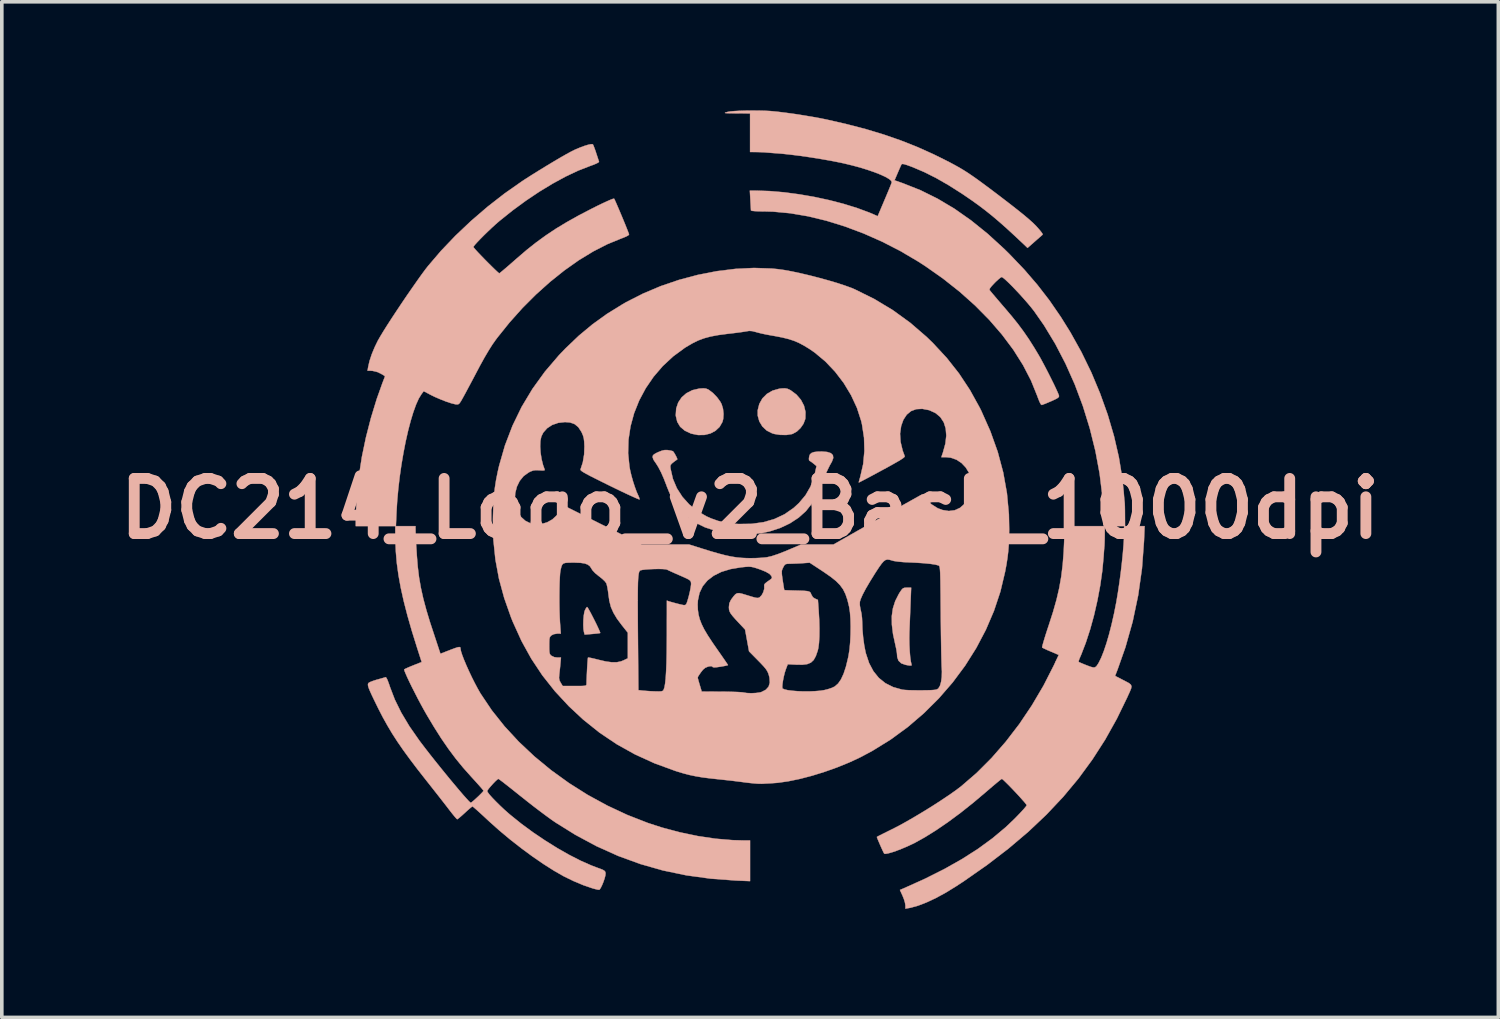
<source format=kicad_pcb>
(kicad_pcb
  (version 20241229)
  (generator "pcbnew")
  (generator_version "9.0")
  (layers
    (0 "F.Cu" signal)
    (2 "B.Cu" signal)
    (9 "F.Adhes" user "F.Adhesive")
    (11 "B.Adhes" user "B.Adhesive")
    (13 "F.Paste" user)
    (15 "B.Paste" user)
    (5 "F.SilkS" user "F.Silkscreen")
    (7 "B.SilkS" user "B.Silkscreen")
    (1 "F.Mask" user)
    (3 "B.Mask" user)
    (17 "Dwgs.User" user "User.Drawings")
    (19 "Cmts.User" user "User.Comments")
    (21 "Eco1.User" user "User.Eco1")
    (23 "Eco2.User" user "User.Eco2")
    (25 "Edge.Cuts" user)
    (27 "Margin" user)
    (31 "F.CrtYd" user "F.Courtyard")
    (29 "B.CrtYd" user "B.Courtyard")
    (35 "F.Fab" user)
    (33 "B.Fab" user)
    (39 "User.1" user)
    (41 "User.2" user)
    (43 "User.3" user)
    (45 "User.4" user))
  (footprint "DC214_Logo_v2_Back_1000dpi"
    (layer "F.Cu")
    (at 17.678 11.006)
    (property "Reference" "DC214_Logo_v2_Back_1000dpi" (at 0 0 0) (layer "B.SilkS") (effects (font (size 1.524 1.524) (thickness 0.3))))
    (attr through_hole)
    (fp_poly (pts (xy -4.485 2.739) (xy -4.451 2.797) (xy -4.405 2.881) (xy -4.352 2.983) (xy -4.296 3.093) (xy -4.242 3.202) (xy -4.196 3.3) (xy -4.161 3.378) (xy -4.142 3.426) (xy -4.141 3.437) (xy -4.17 3.444) (xy -4.237 3.452) (xy -4.329 3.461) (xy -4.362 3.464) (xy -4.571 3.481) (xy -4.59 3.41) (xy -4.604 3.325) (xy -4.609 3.209) (xy -4.606 3.081) (xy -4.596 2.959) (xy -4.579 2.858) (xy -4.565 2.813) (xy -4.534 2.753) (xy -4.509 2.72) (xy -4.503 2.718) (xy -4.485 2.739)) (stroke (width 0.01) (type solid)) (fill yes) (layer "B.SilkS"))
    (fp_poly (pts (xy 1.029 -3.314) (xy 1.099 -3.283) (xy 1.124 -3.269) (xy 1.282 -3.151) (xy 1.405 -3.008) (xy 1.49 -2.846) (xy 1.532 -2.673) (xy 1.528 -2.497) (xy 1.523 -2.47) (xy 1.476 -2.345) (xy 1.395 -2.228) (xy 1.293 -2.131) (xy 1.18 -2.068) (xy 1.156 -2.06) (xy 1.004 -2.036) (xy 0.834 -2.038) (xy 0.67 -2.064) (xy 0.61 -2.082) (xy 0.46 -2.158) (xy 0.34 -2.271) (xy 0.256 -2.411) (xy 0.212 -2.57) (xy 0.211 -2.717) (xy 0.256 -2.894) (xy 0.342 -3.047) (xy 0.466 -3.171) (xy 0.622 -3.261) (xy 0.805 -3.313) (xy 0.865 -3.321) (xy 0.96 -3.325) (xy 1.029 -3.314)) (stroke (width 0.01) (type solid)) (fill yes) (layer "B.SilkS"))
    (fp_poly (pts (xy -1.22 -3.318) (xy -1.164 -3.296) (xy -1.139 -3.282) (xy -1.022 -3.192) (xy -0.911 -3.076) (xy -0.821 -2.953) (xy -0.786 -2.886) (xy -0.748 -2.76) (xy -0.733 -2.616) (xy -0.742 -2.479) (xy -0.763 -2.397) (xy -0.841 -2.26) (xy -0.954 -2.153) (xy -1.096 -2.077) (xy -1.259 -2.037) (xy -1.436 -2.034) (xy -1.618 -2.071) (xy -1.64 -2.078) (xy -1.807 -2.157) (xy -1.931 -2.263) (xy -2.012 -2.398) (xy -2.051 -2.56) (xy -2.053 -2.586) (xy -2.041 -2.768) (xy -1.985 -2.933) (xy -1.889 -3.076) (xy -1.757 -3.191) (xy -1.595 -3.273) (xy -1.407 -3.317) (xy -1.385 -3.319) (xy -1.288 -3.325) (xy -1.22 -3.318)) (stroke (width 0.01) (type solid)) (fill yes) (layer "B.SilkS"))
    (fp_poly (pts (xy 4.435 2.61) (xy 4.428 2.791) (xy 4.42 2.991) (xy 4.412 3.188) (xy 4.405 3.363) (xy 4.403 3.404) (xy 4.4 3.58) (xy 4.403 3.762) (xy 4.412 3.938) (xy 4.425 4.096) (xy 4.443 4.225) (xy 4.46 4.299) (xy 4.465 4.325) (xy 4.453 4.337) (xy 4.414 4.337) (xy 4.339 4.325) (xy 4.293 4.316) (xy 4.177 4.274) (xy 4.101 4.201) (xy 4.066 4.099) (xy 4.064 4.06) (xy 4.058 3.985) (xy 4.041 3.882) (xy 4.017 3.772) (xy 4.015 3.763) (xy 3.951 3.467) (xy 3.919 3.204) (xy 3.917 2.969) (xy 3.948 2.755) (xy 4.012 2.554) (xy 4.109 2.362) (xy 4.139 2.313) (xy 4.188 2.241) (xy 4.226 2.203) (xy 4.269 2.187) (xy 4.334 2.184) (xy 4.337 2.184) (xy 4.452 2.184) (xy 4.435 2.61)) (stroke (width 0.01) (type solid)) (fill yes) (layer "B.SilkS"))
    (fp_poly (pts (xy -2.282 -1.618) (xy -2.268 -1.616) (xy -2.194 -1.604) (xy -2.141 -1.59) (xy -2.131 -1.586) (xy -2.108 -1.558) (xy -2.076 -1.506) (xy -2.043 -1.445) (xy -2.018 -1.391) (xy -2.01 -1.362) (xy -2.011 -1.361) (xy -2.103 -1.294) (xy -2.161 -1.247) (xy -2.192 -1.211) (xy -2.203 -1.175) (xy -2.2 -1.129) (xy -2.195 -1.095) (xy -2.132 -0.821) (xy -2.023 -0.564) (xy -1.871 -0.327) (xy -1.681 -0.116) (xy -1.456 0.067) (xy -1.2 0.216) (xy -1.067 0.274) (xy -0.881 0.34) (xy -0.703 0.384) (xy -0.513 0.412) (xy -0.312 0.425) (xy 0.046 0.42) (xy 0.375 0.374) (xy 0.676 0.286) (xy 0.95 0.157) (xy 1.199 -0.015) (xy 1.35 -0.153) (xy 1.533 -0.371) (xy 1.672 -0.612) (xy 1.769 -0.881) (xy 1.792 -0.976) (xy 1.836 -1.177) (xy 1.75 -1.248) (xy 1.693 -1.292) (xy 1.653 -1.317) (xy 1.645 -1.32) (xy 1.629 -1.342) (xy 1.627 -1.392) (xy 1.637 -1.451) (xy 1.656 -1.499) (xy 1.658 -1.501) (xy 1.701 -1.539) (xy 1.766 -1.563) (xy 1.864 -1.575) (xy 1.984 -1.578) (xy 2.131 -1.566) (xy 2.233 -1.533) (xy 2.289 -1.478) (xy 2.299 -1.4) (xy 2.263 -1.301) (xy 2.239 -1.258) (xy 2.203 -1.195) (xy 2.154 -1.096) (xy 2.095 -0.97) (xy 2.031 -0.828) (xy 1.98 -0.708) (xy 1.915 -0.559) (xy 1.848 -0.414) (xy 1.786 -0.286) (xy 1.734 -0.185) (xy 1.703 -0.133) (xy 1.543 0.069) (xy 1.341 0.25) (xy 1.103 0.406) (xy 0.835 0.533) (xy 0.542 0.629) (xy 0.337 0.673) (xy 0.229 0.687) (xy 0.09 0.698) (xy -0.068 0.705) (xy -0.23 0.708) (xy -0.381 0.707) (xy -0.508 0.702) (xy -0.584 0.694) (xy -0.932 0.621) (xy -1.244 0.517) (xy -1.519 0.383) (xy -1.756 0.22) (xy -1.953 0.03) (xy -2.107 -0.188) (xy -2.138 -0.243) (xy -2.19 -0.352) (xy -2.248 -0.485) (xy -2.301 -0.617) (xy -2.312 -0.648) (xy -2.385 -0.835) (xy -2.461 -1.007) (xy -2.537 -1.152) (xy -2.606 -1.261) (xy -2.627 -1.289) (xy -2.67 -1.355) (xy -2.692 -1.419) (xy -2.692 -1.429) (xy -2.685 -1.467) (xy -2.655 -1.499) (xy -2.594 -1.535) (xy -2.537 -1.562) (xy -2.436 -1.602) (xy -2.358 -1.619) (xy -2.282 -1.618)) (stroke (width 0.01) (type solid)) (fill yes) (layer "B.SilkS"))
    (fp_poly (pts (xy -4.349 -10.07) (xy -4.344 -10.067) (xy -4.328 -10.035) (xy -4.301 -9.966) (xy -4.268 -9.874) (xy -4.254 -9.83) (xy -4.221 -9.73) (xy -4.194 -9.648) (xy -4.177 -9.596) (xy -4.173 -9.586) (xy -4.192 -9.566) (xy -4.251 -9.535) (xy -4.345 -9.497) (xy -4.437 -9.463) (xy -4.756 -9.339) (xy -5.098 -9.177) (xy -5.456 -8.982) (xy -5.824 -8.759) (xy -6.195 -8.51) (xy -6.562 -8.241) (xy -6.919 -7.955) (xy -6.921 -7.954) (xy -7.022 -7.866) (xy -7.132 -7.766) (xy -7.245 -7.659) (xy -7.355 -7.552) (xy -7.456 -7.45) (xy -7.541 -7.361) (xy -7.605 -7.29) (xy -7.64 -7.243) (xy -7.645 -7.23) (xy -7.628 -7.205) (xy -7.582 -7.151) (xy -7.512 -7.075) (xy -7.426 -6.985) (xy -7.33 -6.886) (xy -7.231 -6.786) (xy -7.136 -6.692) (xy -7.052 -6.61) (xy -6.985 -6.547) (xy -6.941 -6.509) (xy -6.929 -6.502) (xy -6.906 -6.519) (xy -6.851 -6.564) (xy -6.768 -6.634) (xy -6.663 -6.724) (xy -6.542 -6.83) (xy -6.437 -6.922) (xy -6.171 -7.15) (xy -5.91 -7.357) (xy -5.644 -7.55) (xy -5.367 -7.735) (xy -5.069 -7.915) (xy -4.743 -8.098) (xy -4.379 -8.287) (xy -4.214 -8.37) (xy -4.077 -8.436) (xy -3.956 -8.492) (xy -3.858 -8.535) (xy -3.789 -8.561) (xy -3.758 -8.567) (xy -3.758 -8.567) (xy -3.742 -8.538) (xy -3.711 -8.47) (xy -3.669 -8.373) (xy -3.618 -8.255) (xy -3.563 -8.124) (xy -3.507 -7.99) (xy -3.454 -7.861) (xy -3.408 -7.747) (xy -3.372 -7.655) (xy -3.349 -7.594) (xy -3.344 -7.575) (xy -3.365 -7.552) (xy -3.426 -7.519) (xy -3.52 -7.48) (xy -3.556 -7.467) (xy -3.94 -7.31) (xy -4.334 -7.108) (xy -4.733 -6.865) (xy -5.132 -6.583) (xy -5.527 -6.267) (xy -5.915 -5.919) (xy -6.289 -5.545) (xy -6.646 -5.146) (xy -6.982 -4.728) (xy -7.032 -4.661) (xy -7.124 -4.53) (xy -7.223 -4.373) (xy -7.334 -4.185) (xy -7.458 -3.961) (xy -7.585 -3.721) (xy -7.676 -3.548) (xy -7.763 -3.385) (xy -7.841 -3.239) (xy -7.907 -3.117) (xy -7.958 -3.025) (xy -7.989 -2.97) (xy -7.993 -2.964) (xy -8.034 -2.905) (xy -8.07 -2.881) (xy -8.119 -2.881) (xy -8.148 -2.885) (xy -8.26 -2.913) (xy -8.402 -2.96) (xy -8.557 -3.021) (xy -8.712 -3.088) (xy -8.826 -3.144) (xy -9.019 -3.246) (xy -9.079 -3.166) (xy -9.155 -3.043) (xy -9.231 -2.874) (xy -9.306 -2.666) (xy -9.38 -2.422) (xy -9.451 -2.15) (xy -9.518 -1.854) (xy -9.579 -1.54) (xy -9.635 -1.212) (xy -9.683 -0.877) (xy -9.722 -0.54) (xy -9.752 -0.206) (xy -9.77 0.095) (xy -9.787 0.483) (xy -9.246 0.483) (xy -9.243 0.654) (xy -9.24 0.761) (xy -9.236 0.864) (xy -9.233 0.927) (xy -9.228 0.997) (xy -9.221 1.1) (xy -9.213 1.221) (xy -9.209 1.291) (xy -9.184 1.6) (xy -9.148 1.896) (xy -9.097 2.189) (xy -9.03 2.49) (xy -8.944 2.81) (xy -8.838 3.16) (xy -8.785 3.32) (xy -8.557 4.011) (xy -8.425 3.959) (xy -8.274 3.9) (xy -8.164 3.859) (xy -8.088 3.834) (xy -8.041 3.825) (xy -8.014 3.829) (xy -8.003 3.847) (xy -8.001 3.876) (xy -7.989 3.94) (xy -7.957 4.041) (xy -7.908 4.17) (xy -7.845 4.32) (xy -7.772 4.483) (xy -7.693 4.651) (xy -7.61 4.816) (xy -7.529 4.969) (xy -7.452 5.104) (xy -7.443 5.118) (xy -7.137 5.574) (xy -6.785 6.016) (xy -6.392 6.441) (xy -5.962 6.846) (xy -5.498 7.228) (xy -5.005 7.584) (xy -4.487 7.911) (xy -3.948 8.205) (xy -3.392 8.465) (xy -2.823 8.687) (xy -2.438 8.812) (xy -1.944 8.944) (xy -1.448 9.048) (xy -0.959 9.121) (xy -0.489 9.161) (xy -0.197 9.169) (xy 0 9.169) (xy 0 10.294) (xy -0.387 10.278) (xy -1.087 10.226) (xy -1.759 10.134) (xy -2.407 9.999) (xy -3.035 9.82) (xy -3.646 9.597) (xy -4.244 9.328) (xy -4.832 9.012) (xy -5.373 8.675) (xy -5.489 8.595) (xy -5.635 8.489) (xy -5.801 8.365) (xy -5.979 8.23) (xy -6.158 8.09) (xy -6.33 7.953) (xy -6.331 7.953) (xy -6.482 7.832) (xy -6.62 7.722) (xy -6.741 7.627) (xy -6.84 7.55) (xy -6.911 7.497) (xy -6.95 7.47) (xy -6.956 7.468) (xy -6.985 7.486) (xy -7.036 7.532) (xy -7.098 7.596) (xy -7.162 7.667) (xy -7.218 7.733) (xy -7.255 7.784) (xy -7.264 7.806) (xy -7.246 7.843) (xy -7.196 7.909) (xy -7.119 7.995) (xy -7.022 8.095) (xy -6.911 8.205) (xy -6.792 8.317) (xy -6.671 8.424) (xy -6.623 8.465) (xy -6.32 8.709) (xy -5.998 8.946) (xy -5.664 9.171) (xy -5.328 9.381) (xy -4.997 9.569) (xy -4.68 9.731) (xy -4.383 9.862) (xy -4.242 9.916) (xy -4.132 9.956) (xy -4.061 9.986) (xy -4.02 10.012) (xy -4.001 10.038) (xy -3.993 10.073) (xy -3.993 10.076) (xy -3.998 10.134) (xy -4.019 10.216) (xy -4.05 10.309) (xy -4.087 10.4) (xy -4.124 10.476) (xy -4.156 10.524) (xy -4.17 10.533) (xy -4.211 10.529) (xy -4.283 10.512) (xy -4.356 10.492) (xy -4.607 10.406) (xy -4.876 10.293) (xy -5.143 10.163) (xy -5.156 10.156) (xy -5.42 10.005) (xy -5.708 9.822) (xy -6.011 9.614) (xy -6.32 9.386) (xy -6.627 9.146) (xy -6.922 8.9) (xy -7.197 8.655) (xy -7.238 8.617) (xy -7.358 8.505) (xy -7.467 8.405) (xy -7.557 8.324) (xy -7.625 8.265) (xy -7.664 8.233) (xy -7.671 8.23) (xy -7.697 8.246) (xy -7.751 8.29) (xy -7.824 8.354) (xy -7.881 8.407) (xy -7.963 8.481) (xy -8.031 8.54) (xy -8.078 8.576) (xy -8.094 8.584) (xy -8.116 8.564) (xy -8.163 8.511) (xy -8.227 8.433) (xy -8.303 8.336) (xy -8.322 8.311) (xy -8.397 8.213) (xy -8.496 8.086) (xy -8.613 7.936) (xy -8.739 7.776) (xy -8.868 7.612) (xy -8.952 7.506) (xy -9.192 7.2) (xy -9.401 6.924) (xy -9.585 6.672) (xy -9.747 6.437) (xy -9.892 6.212) (xy -10.024 5.99) (xy -10.149 5.766) (xy -10.27 5.531) (xy -10.298 5.474) (xy -10.388 5.29) (xy -10.457 5.146) (xy -10.506 5.037) (xy -10.539 4.956) (xy -10.556 4.899) (xy -10.56 4.86) (xy -10.554 4.833) (xy -10.54 4.815) (xy -10.499 4.792) (xy -10.423 4.762) (xy -10.327 4.731) (xy -10.301 4.724) (xy -10.204 4.697) (xy -10.124 4.674) (xy -10.076 4.659) (xy -10.07 4.657) (xy -10.05 4.675) (xy -10.019 4.737) (xy -9.981 4.838) (xy -9.949 4.933) (xy -9.817 5.278) (xy -9.639 5.639) (xy -9.414 6.015) (xy -9.141 6.407) (xy -9.098 6.464) (xy -8.981 6.618) (xy -8.852 6.784) (xy -8.715 6.957) (xy -8.573 7.134) (xy -8.431 7.309) (xy -8.292 7.479) (xy -8.159 7.638) (xy -8.037 7.783) (xy -7.93 7.908) (xy -7.84 8.009) (xy -7.773 8.082) (xy -7.73 8.122) (xy -7.719 8.128) (xy -7.691 8.112) (xy -7.639 8.069) (xy -7.572 8.009) (xy -7.5 7.942) (xy -7.436 7.878) (xy -7.387 7.827) (xy -7.366 7.798) (xy -7.366 7.797) (xy -7.383 7.772) (xy -7.428 7.717) (xy -7.499 7.637) (xy -7.588 7.538) (xy -7.69 7.426) (xy -7.703 7.412) (xy -7.925 7.163) (xy -8.134 6.908) (xy -8.335 6.639) (xy -8.536 6.347) (xy -8.741 6.023) (xy -8.94 5.69) (xy -9.016 5.556) (xy -9.098 5.406) (xy -9.182 5.249) (xy -9.264 5.088) (xy -9.343 4.933) (xy -9.414 4.788) (xy -9.474 4.66) (xy -9.52 4.556) (xy -9.55 4.482) (xy -9.559 4.445) (xy -9.558 4.443) (xy -9.527 4.426) (xy -9.46 4.395) (xy -9.368 4.356) (xy -9.306 4.331) (xy -9.075 4.239) (xy -9.199 3.853) (xy -9.345 3.385) (xy -9.468 2.956) (xy -9.57 2.56) (xy -9.652 2.191) (xy -9.715 1.844) (xy -9.761 1.511) (xy -9.789 1.188) (xy -9.803 0.869) (xy -9.804 0.743) (xy -9.804 0.483) (xy -10.897 0.483) (xy -10.896 0.298) (xy -10.893 0.152) (xy -10.884 -0.031) (xy -10.871 -0.237) (xy -10.854 -0.453) (xy -10.835 -0.665) (xy -10.814 -0.859) (xy -10.806 -0.927) (xy -10.726 -1.438) (xy -10.615 -1.97) (xy -10.477 -2.506) (xy -10.317 -3.03) (xy -10.159 -3.473) (xy -10.088 -3.657) (xy -10.156 -3.704) (xy -10.286 -3.771) (xy -10.429 -3.807) (xy -10.484 -3.81) (xy -10.571 -3.81) (xy -10.553 -3.918) (xy -10.516 -4.08) (xy -10.454 -4.268) (xy -10.372 -4.465) (xy -10.286 -4.642) (xy -10.223 -4.752) (xy -10.136 -4.896) (xy -10.028 -5.068) (xy -9.904 -5.26) (xy -9.768 -5.466) (xy -9.626 -5.679) (xy -9.482 -5.892) (xy -9.339 -6.098) (xy -9.204 -6.291) (xy -9.081 -6.464) (xy -8.974 -6.609) (xy -8.899 -6.705) (xy -8.541 -7.124) (xy -8.142 -7.542) (xy -7.71 -7.951) (xy -7.254 -8.343) (xy -6.783 -8.71) (xy -6.306 -9.044) (xy -6.223 -9.099) (xy -6.027 -9.224) (xy -5.825 -9.35) (xy -5.622 -9.474) (xy -5.426 -9.592) (xy -5.245 -9.699) (xy -5.084 -9.791) (xy -4.95 -9.864) (xy -4.852 -9.913) (xy -4.843 -9.918) (xy -4.708 -9.975) (xy -4.583 -10.022) (xy -4.475 -10.055) (xy -4.394 -10.072) (xy -4.349 -10.07)) (stroke (width 0.01) (type solid)) (fill yes) (layer "B.SilkS"))
    (fp_poly (pts (xy 0.23 -11) (xy 0.4 -10.996) (xy 0.552 -10.988) (xy 0.587 -10.985) (xy 0.77 -10.967) (xy 0.988 -10.94) (xy 1.229 -10.907) (xy 1.479 -10.868) (xy 1.724 -10.827) (xy 1.95 -10.786) (xy 2.108 -10.754) (xy 2.679 -10.623) (xy 3.208 -10.485) (xy 3.703 -10.335) (xy 4.172 -10.172) (xy 4.624 -9.993) (xy 5.067 -9.794) (xy 5.369 -9.645) (xy 5.52 -9.568) (xy 5.654 -9.496) (xy 5.777 -9.428) (xy 5.896 -9.357) (xy 6.016 -9.281) (xy 6.144 -9.194) (xy 6.285 -9.095) (xy 6.446 -8.977) (xy 6.633 -8.838) (xy 6.852 -8.673) (xy 6.946 -8.601) (xy 7.192 -8.412) (xy 7.4 -8.249) (xy 7.573 -8.11) (xy 7.712 -7.992) (xy 7.822 -7.893) (xy 7.906 -7.809) (xy 7.908 -7.807) (xy 7.985 -7.721) (xy 8.045 -7.648) (xy 8.081 -7.596) (xy 8.087 -7.573) (xy 8.06 -7.549) (xy 8.003 -7.499) (xy 7.926 -7.432) (xy 7.866 -7.379) (xy 7.668 -7.205) (xy 7.562 -7.307) (xy 7.309 -7.544) (xy 7.084 -7.751) (xy 6.879 -7.932) (xy 6.688 -8.094) (xy 6.503 -8.242) (xy 6.317 -8.383) (xy 6.123 -8.522) (xy 5.914 -8.665) (xy 5.855 -8.705) (xy 5.488 -8.938) (xy 5.144 -9.135) (xy 4.816 -9.3) (xy 4.495 -9.437) (xy 4.458 -9.451) (xy 4.34 -9.494) (xy 4.261 -9.518) (xy 4.213 -9.526) (xy 4.189 -9.518) (xy 4.185 -9.513) (xy 4.166 -9.475) (xy 4.134 -9.403) (xy 4.094 -9.311) (xy 4.079 -9.276) (xy 3.992 -9.073) (xy 4.224 -8.992) (xy 4.708 -8.8) (xy 5.181 -8.566) (xy 5.647 -8.289) (xy 6.108 -7.965) (xy 6.567 -7.595) (xy 7.025 -7.176) (xy 7.177 -7.026) (xy 7.578 -6.606) (xy 7.939 -6.187) (xy 8.273 -5.755) (xy 8.588 -5.297) (xy 8.85 -4.877) (xy 9.155 -4.33) (xy 9.431 -3.763) (xy 9.674 -3.182) (xy 9.884 -2.595) (xy 10.057 -2.007) (xy 10.191 -1.426) (xy 10.285 -0.857) (xy 10.327 -0.457) (xy 10.335 -0.348) (xy 10.343 -0.256) (xy 10.35 -0.194) (xy 10.352 -0.178) (xy 10.355 -0.139) (xy 10.358 -0.06) (xy 10.36 0.047) (xy 10.361 0.17) (xy 10.361 0.171) (xy 10.363 0.483) (xy 10.904 0.483) (xy 10.887 0.895) (xy 10.831 1.652) (xy 10.726 2.393) (xy 10.574 3.119) (xy 10.373 3.832) (xy 10.159 4.439) (xy 10.088 4.623) (xy 10.286 4.725) (xy 10.4 4.784) (xy 10.479 4.828) (xy 10.524 4.867) (xy 10.541 4.912) (xy 10.53 4.972) (xy 10.495 5.058) (xy 10.439 5.18) (xy 10.427 5.208) (xy 10.135 5.809) (xy 9.814 6.383) (xy 9.461 6.932) (xy 9.075 7.459) (xy 8.652 7.966) (xy 8.191 8.455) (xy 7.689 8.93) (xy 7.144 9.392) (xy 6.553 9.845) (xy 5.915 10.291) (xy 5.69 10.439) (xy 5.409 10.612) (xy 5.137 10.76) (xy 4.879 10.881) (xy 4.643 10.972) (xy 4.435 11.03) (xy 4.388 11.038) (xy 4.293 11.055) (xy 4.293 10.962) (xy 4.282 10.892) (xy 4.254 10.797) (xy 4.217 10.704) (xy 4.142 10.538) (xy 4.256 10.489) (xy 4.837 10.227) (xy 5.37 9.959) (xy 5.858 9.684) (xy 6.301 9.401) (xy 6.703 9.107) (xy 7.067 8.802) (xy 7.296 8.584) (xy 7.404 8.474) (xy 7.499 8.374) (xy 7.574 8.291) (xy 7.625 8.23) (xy 7.645 8.198) (xy 7.645 8.197) (xy 7.629 8.169) (xy 7.583 8.112) (xy 7.514 8.034) (xy 7.43 7.94) (xy 7.337 7.84) (xy 7.241 7.739) (xy 7.149 7.644) (xy 7.068 7.564) (xy 7.005 7.503) (xy 6.966 7.471) (xy 6.958 7.468) (xy 6.933 7.484) (xy 6.876 7.528) (xy 6.793 7.597) (xy 6.689 7.684) (xy 6.571 7.786) (xy 6.528 7.823) (xy 6.17 8.125) (xy 5.817 8.406) (xy 5.472 8.661) (xy 5.142 8.887) (xy 4.831 9.081) (xy 4.545 9.24) (xy 4.483 9.27) (xy 4.337 9.338) (xy 4.189 9.4) (xy 4.048 9.455) (xy 3.921 9.498) (xy 3.817 9.527) (xy 3.743 9.54) (xy 3.708 9.535) (xy 3.692 9.506) (xy 3.661 9.443) (xy 3.623 9.359) (xy 3.583 9.268) (xy 3.546 9.181) (xy 3.518 9.113) (xy 3.505 9.076) (xy 3.505 9.073) (xy 3.527 9.06) (xy 3.587 9.028) (xy 3.679 8.982) (xy 3.796 8.924) (xy 3.929 8.858) (xy 3.932 8.857) (xy 4.115 8.763) (xy 4.326 8.646) (xy 4.556 8.513) (xy 4.796 8.369) (xy 5.037 8.22) (xy 5.269 8.07) (xy 5.483 7.927) (xy 5.672 7.795) (xy 5.824 7.681) (xy 5.833 7.674) (xy 6.259 7.306) (xy 6.672 6.893) (xy 7.067 6.44) (xy 7.441 5.953) (xy 7.789 5.435) (xy 8.109 4.892) (xy 8.396 4.329) (xy 8.397 4.327) (xy 8.44 4.234) (xy 9.077 4.234) (xy 9.104 4.248) (xy 9.167 4.275) (xy 9.254 4.311) (xy 9.3 4.329) (xy 9.409 4.37) (xy 9.483 4.39) (xy 9.534 4.385) (xy 9.573 4.354) (xy 9.614 4.294) (xy 9.635 4.259) (xy 9.704 4.12) (xy 9.776 3.938) (xy 9.85 3.718) (xy 9.923 3.467) (xy 9.993 3.192) (xy 10.059 2.9) (xy 10.119 2.597) (xy 10.121 2.587) (xy 10.164 2.331) (xy 10.205 2.058) (xy 10.243 1.779) (xy 10.275 1.502) (xy 10.302 1.237) (xy 10.322 0.995) (xy 10.335 0.785) (xy 10.338 0.644) (xy 10.338 0.483) (xy 9.804 0.483) (xy 9.802 0.73) (xy 9.8 0.845) (xy 9.797 0.946) (xy 9.794 1.019) (xy 9.792 1.041) (xy 9.787 1.095) (xy 9.78 1.184) (xy 9.773 1.291) (xy 9.77 1.333) (xy 9.734 1.721) (xy 9.676 2.126) (xy 9.599 2.538) (xy 9.506 2.946) (xy 9.398 3.338) (xy 9.279 3.704) (xy 9.152 4.033) (xy 9.133 4.076) (xy 9.1 4.154) (xy 9.081 4.211) (xy 9.077 4.234) (xy 8.44 4.234) (xy 8.53 4.043) (xy 8.31 3.949) (xy 8.212 3.907) (xy 8.133 3.87) (xy 8.082 3.845) (xy 8.072 3.838) (xy 8.074 3.811) (xy 8.092 3.742) (xy 8.122 3.638) (xy 8.162 3.506) (xy 8.211 3.354) (xy 8.254 3.225) (xy 8.373 2.855) (xy 8.469 2.516) (xy 8.544 2.194) (xy 8.6 1.876) (xy 8.64 1.548) (xy 8.667 1.199) (xy 8.679 0.933) (xy 8.695 0.483) (xy 9.782 0.483) (xy 9.777 0.273) (xy 9.773 0.171) (xy 9.765 0.035) (xy 9.754 -0.122) (xy 9.741 -0.283) (xy 9.736 -0.343) (xy 9.66 -0.969) (xy 9.543 -1.596) (xy 9.388 -2.22) (xy 9.198 -2.834) (xy 8.974 -3.432) (xy 8.718 -4.007) (xy 8.434 -4.554) (xy 8.123 -5.067) (xy 7.852 -5.455) (xy 7.769 -5.561) (xy 7.67 -5.68) (xy 7.559 -5.806) (xy 7.444 -5.934) (xy 7.328 -6.057) (xy 7.219 -6.17) (xy 7.121 -6.266) (xy 7.04 -6.341) (xy 6.981 -6.388) (xy 6.953 -6.401) (xy 6.922 -6.384) (xy 6.865 -6.338) (xy 6.793 -6.272) (xy 6.759 -6.238) (xy 6.674 -6.147) (xy 6.627 -6.085) (xy 6.617 -6.046) (xy 6.619 -6.041) (xy 6.641 -6.013) (xy 6.691 -5.952) (xy 6.765 -5.865) (xy 6.858 -5.756) (xy 6.964 -5.632) (xy 7.041 -5.543) (xy 7.238 -5.31) (xy 7.408 -5.098) (xy 7.56 -4.893) (xy 7.704 -4.684) (xy 7.849 -4.455) (xy 7.962 -4.267) (xy 8.024 -4.16) (xy 8.094 -4.03) (xy 8.171 -3.885) (xy 8.25 -3.732) (xy 8.326 -3.58) (xy 8.397 -3.437) (xy 8.457 -3.31) (xy 8.503 -3.208) (xy 8.532 -3.138) (xy 8.538 -3.115) (xy 8.534 -3.088) (xy 8.504 -3.06) (xy 8.443 -3.025) (xy 8.342 -2.978) (xy 8.321 -2.969) (xy 8.22 -2.926) (xy 8.134 -2.891) (xy 8.076 -2.869) (xy 8.06 -2.864) (xy 8.034 -2.885) (xy 7.998 -2.954) (xy 7.952 -3.071) (xy 7.938 -3.111) (xy 7.765 -3.539) (xy 7.544 -3.966) (xy 7.277 -4.389) (xy 6.965 -4.806) (xy 6.612 -5.215) (xy 6.22 -5.612) (xy 5.791 -5.995) (xy 5.328 -6.361) (xy 4.832 -6.709) (xy 4.636 -6.835) (xy 4.149 -7.122) (xy 3.647 -7.379) (xy 3.136 -7.605) (xy 2.621 -7.798) (xy 2.108 -7.957) (xy 1.603 -8.079) (xy 1.111 -8.163) (xy 0.638 -8.207) (xy 0.425 -8.213) (xy 0.26 -8.215) (xy 0.136 -8.221) (xy 0.057 -8.229) (xy 0.025 -8.24) (xy 0.025 -8.242) (xy 0.023 -8.277) (xy 0.019 -8.35) (xy 0.013 -8.451) (xy 0.009 -8.528) (xy -0.006 -8.788) (xy 0.168 -8.788) (xy 0.541 -8.776) (xy 0.939 -8.742) (xy 1.353 -8.687) (xy 1.772 -8.615) (xy 2.185 -8.526) (xy 2.583 -8.423) (xy 2.955 -8.308) (xy 3.291 -8.184) (xy 3.396 -8.14) (xy 3.527 -8.081) (xy 3.718 -8.532) (xy 3.778 -8.674) (xy 3.831 -8.801) (xy 3.874 -8.906) (xy 3.903 -8.98) (xy 3.916 -9.016) (xy 3.916 -9.016) (xy 3.901 -9.059) (xy 3.842 -9.11) (xy 3.742 -9.168) (xy 3.608 -9.23) (xy 3.444 -9.295) (xy 3.256 -9.36) (xy 3.048 -9.425) (xy 2.825 -9.485) (xy 2.593 -9.541) (xy 2.496 -9.562) (xy 2.238 -9.613) (xy 1.96 -9.662) (xy 1.673 -9.708) (xy 1.39 -9.749) (xy 1.124 -9.782) (xy 0.887 -9.808) (xy 0.762 -9.818) (xy 0.645 -9.826) (xy 0.537 -9.835) (xy 0.455 -9.841) (xy 0.432 -9.844) (xy 0.359 -9.848) (xy 0.259 -9.852) (xy 0.171 -9.854) (xy 0 -9.855) (xy 0 -10.922) (xy -0.375 -10.924) (xy -0.519 -10.925) (xy -0.617 -10.927) (xy -0.674 -10.93) (xy -0.696 -10.935) (xy -0.687 -10.943) (xy -0.652 -10.954) (xy -0.622 -10.963) (xy -0.55 -10.976) (xy -0.436 -10.986) (xy -0.292 -10.994) (xy -0.126 -10.999) (xy 0.051 -11.001) (xy 0.23 -11)) (stroke (width 0.01) (type solid)) (fill yes) (layer "B.SilkS"))
    (fp_poly (pts (xy 0.598 -6.635) (xy 0.755 -6.62) (xy 0.936 -6.595) (xy 1.151 -6.556) (xy 1.39 -6.505) (xy 1.645 -6.445) (xy 1.905 -6.378) (xy 2.16 -6.308) (xy 2.401 -6.237) (xy 2.617 -6.166) (xy 2.8 -6.1) (xy 2.894 -6.06) (xy 3.437 -5.791) (xy 3.948 -5.483) (xy 4.428 -5.135) (xy 4.88 -4.745) (xy 5.056 -4.574) (xy 5.437 -4.163) (xy 5.775 -3.734) (xy 6.076 -3.279) (xy 6.347 -2.789) (xy 6.389 -2.705) (xy 6.641 -2.138) (xy 6.844 -1.569) (xy 6.996 -0.999) (xy 7.099 -0.424) (xy 7.153 0.156) (xy 7.161 0.569) (xy 7.157 0.803) (xy 7.149 1.002) (xy 7.135 1.182) (xy 7.114 1.358) (xy 7.085 1.546) (xy 7.047 1.749) (xy 6.918 2.292) (xy 6.74 2.826) (xy 6.517 3.347) (xy 6.251 3.852) (xy 5.944 4.339) (xy 5.598 4.804) (xy 5.216 5.244) (xy 4.801 5.656) (xy 4.355 6.038) (xy 3.88 6.385) (xy 3.378 6.695) (xy 3.051 6.869) (xy 2.736 7.016) (xy 2.402 7.152) (xy 2.058 7.274) (xy 1.713 7.381) (xy 1.376 7.469) (xy 1.056 7.535) (xy 0.762 7.577) (xy 0.555 7.592) (xy 0.463 7.596) (xy 0.393 7.6) (xy 0.358 7.603) (xy 0.356 7.603) (xy 0.326 7.604) (xy 0.26 7.603) (xy 0.203 7.601) (xy 0.116 7.594) (xy -0.002 7.582) (xy -0.132 7.567) (xy -0.203 7.557) (xy -0.33 7.541) (xy -0.488 7.521) (xy -0.66 7.502) (xy -0.828 7.484) (xy -0.864 7.48) (xy -1.113 7.453) (xy -1.323 7.426) (xy -1.506 7.395) (xy -1.674 7.36) (xy -1.839 7.317) (xy -2.013 7.265) (xy -2.068 7.247) (xy -2.64 7.038) (xy -3.177 6.793) (xy -3.682 6.512) (xy -4.16 6.191) (xy -4.612 5.829) (xy -5.006 5.462) (xy -5.394 5.044) (xy -5.74 4.607) (xy -6.046 4.146) (xy -6.246 3.785) (xy -5.55 3.785) (xy -5.549 3.896) (xy -5.544 3.969) (xy -5.533 4.015) (xy -5.513 4.046) (xy -5.49 4.066) (xy -5.41 4.104) (xy -5.328 4.115) (xy -5.226 4.115) (xy -5.241 4.286) (xy -5.252 4.401) (xy -5.265 4.518) (xy -5.273 4.589) (xy -5.279 4.68) (xy -5.267 4.746) (xy -5.233 4.812) (xy -5.177 4.902) (xy -4.849 4.902) (xy -4.715 4.902) (xy -4.624 4.9) (xy -4.567 4.895) (xy -4.536 4.886) (xy -4.523 4.871) (xy -4.52 4.849) (xy -4.52 4.845) (xy -4.518 4.75) (xy -4.513 4.635) (xy -4.507 4.511) (xy -4.501 4.387) (xy -4.494 4.276) (xy -4.487 4.186) (xy -4.481 4.13) (xy -4.478 4.115) (xy -4.451 4.117) (xy -4.385 4.129) (xy -4.29 4.151) (xy -4.183 4.178) (xy -3.984 4.224) (xy -3.821 4.246) (xy -3.686 4.246) (xy -3.569 4.222) (xy -3.496 4.193) (xy -3.378 4.136) (xy -3.378 3.429) (xy -3.545 3.219) (xy -3.678 3.04) (xy -3.775 2.878) (xy -3.844 2.722) (xy -3.887 2.557) (xy -3.889 2.545) (xy -3.104 2.545) (xy -3.103 2.785) (xy -3.102 3.067) (xy -3.1 3.396) (xy -3.099 3.493) (xy -3.086 5.016) (xy -2.959 5.03) (xy -2.87 5.037) (xy -2.754 5.045) (xy -2.634 5.05) (xy -2.624 5.05) (xy -2.52 5.052) (xy -2.454 5.049) (xy -2.416 5.038) (xy -2.395 5.017) (xy -2.39 5.007) (xy -2.367 4.943) (xy -2.348 4.838) (xy -2.332 4.691) (xy -2.32 4.501) (xy -2.31 4.266) (xy -2.304 3.985) (xy -2.301 3.655) (xy -2.3 3.499) (xy -2.3 3.284) (xy -2.3 3.086) (xy -2.299 2.91) (xy -2.299 2.762) (xy -2.299 2.647) (xy -2.299 2.572) (xy -2.299 2.541) (xy -2.299 2.54) (xy -2.276 2.551) (xy -2.217 2.57) (xy -2.135 2.593) (xy -2.042 2.618) (xy -1.952 2.641) (xy -1.877 2.658) (xy -1.831 2.667) (xy -1.826 2.667) (xy -1.795 2.664) (xy -1.776 2.652) (xy -1.448 2.652) (xy -1.443 2.794) (xy -1.425 2.926) (xy -1.391 3.056) (xy -1.339 3.191) (xy -1.266 3.339) (xy -1.167 3.505) (xy -1.041 3.697) (xy -0.927 3.862) (xy -0.834 3.995) (xy -0.752 4.113) (xy -0.685 4.21) (xy -0.637 4.281) (xy -0.612 4.319) (xy -0.61 4.324) (xy -0.633 4.332) (xy -0.694 4.346) (xy -0.783 4.362) (xy -0.816 4.368) (xy -0.923 4.383) (xy -0.991 4.388) (xy -1.028 4.381) (xy -1.04 4.37) (xy -1.067 4.353) (xy -1.12 4.357) (xy -1.163 4.367) (xy -1.236 4.397) (xy -1.3 4.45) (xy -1.357 4.522) (xy -1.405 4.591) (xy -1.438 4.644) (xy -1.448 4.666) (xy -1.441 4.697) (xy -1.423 4.764) (xy -1.397 4.853) (xy -1.392 4.869) (xy -1.336 5.055) (xy -0.802 5.058) (xy -0.637 5.059) (xy -0.485 5.063) (xy -0.356 5.067) (xy -0.257 5.073) (xy -0.198 5.078) (xy -0.191 5.08) (xy -0.089 5.096) (xy 0.035 5.101) (xy 0.162 5.095) (xy 0.27 5.08) (xy 0.313 5.069) (xy 0.435 5.006) (xy 0.512 4.921) (xy 0.546 4.81) (xy 0.537 4.673) (xy 0.521 4.608) (xy 0.5 4.543) (xy 0.472 4.486) (xy 0.433 4.427) (xy 0.374 4.357) (xy 0.289 4.266) (xy 0.225 4.201) (xy -0.028 3.944) (xy -0.083 3.643) (xy -0.138 3.341) (xy -0.305 3.163) (xy -0.411 3.049) (xy -0.486 2.963) (xy -0.536 2.897) (xy -0.565 2.843) (xy -0.58 2.792) (xy -0.584 2.737) (xy -0.584 2.718) (xy -0.573 2.617) (xy -0.532 2.529) (xy -0.512 2.499) (xy -0.452 2.419) (xy -0.404 2.366) (xy -0.358 2.34) (xy -0.301 2.335) (xy -0.221 2.352) (xy -0.108 2.386) (xy -0.065 2.399) (xy 0.056 2.436) (xy 0.139 2.459) (xy 0.194 2.468) (xy 0.231 2.466) (xy 0.26 2.453) (xy 0.268 2.448) (xy 0.322 2.391) (xy 0.366 2.307) (xy 0.392 2.217) (xy 0.392 2.148) (xy 0.39 2.108) (xy 0.413 2.07) (xy 0.47 2.024) (xy 0.493 2.008) (xy 0.563 1.959) (xy 0.598 1.928) (xy 0.605 1.901) (xy 0.591 1.867) (xy 0.583 1.853) (xy 0.534 1.801) (xy 0.472 1.765) (xy 0.876 1.765) (xy 0.881 1.835) (xy 0.895 1.938) (xy 0.902 1.985) (xy 0.919 2.094) (xy 0.933 2.181) (xy 0.943 2.236) (xy 0.947 2.251) (xy 0.973 2.254) (xy 1.039 2.257) (xy 1.136 2.26) (xy 1.239 2.263) (xy 1.395 2.267) (xy 1.507 2.272) (xy 1.585 2.28) (xy 1.634 2.293) (xy 1.663 2.312) (xy 1.68 2.34) (xy 1.691 2.371) (xy 1.738 2.45) (xy 1.795 2.486) (xy 1.875 2.522) (xy 1.896 2.817) (xy 1.911 3.073) (xy 1.917 3.312) (xy 1.915 3.527) (xy 1.905 3.71) (xy 1.886 3.855) (xy 1.87 3.924) (xy 1.818 4.074) (xy 1.758 4.183) (xy 1.681 4.255) (xy 1.58 4.297) (xy 1.446 4.314) (xy 1.279 4.312) (xy 1.042 4.3) (xy 0.988 4.442) (xy 0.959 4.531) (xy 0.933 4.636) (xy 0.911 4.745) (xy 0.896 4.844) (xy 0.89 4.922) (xy 0.895 4.966) (xy 0.897 4.97) (xy 0.949 4.995) (xy 1.042 5.017) (xy 1.167 5.033) (xy 1.314 5.045) (xy 1.475 5.051) (xy 1.64 5.051) (xy 1.8 5.044) (xy 1.945 5.032) (xy 2.052 5.015) (xy 2.161 4.987) (xy 2.264 4.952) (xy 2.338 4.916) (xy 2.342 4.914) (xy 2.433 4.834) (xy 2.513 4.719) (xy 2.585 4.564) (xy 2.65 4.367) (xy 2.709 4.123) (xy 2.723 4.054) (xy 2.749 3.886) (xy 2.767 3.688) (xy 2.777 3.475) (xy 2.78 3.258) (xy 2.775 3.051) (xy 2.761 2.866) (xy 2.739 2.718) (xy 2.736 2.705) (xy 2.727 2.667) (xy 3.032 2.667) (xy 3.052 2.78) (xy 3.058 2.802) (xy 3.079 2.901) (xy 3.094 3.023) (xy 3.099 3.135) (xy 3.106 3.338) (xy 3.125 3.557) (xy 3.154 3.772) (xy 3.191 3.962) (xy 3.201 4.002) (xy 3.289 4.267) (xy 3.408 4.492) (xy 3.558 4.678) (xy 3.74 4.824) (xy 3.955 4.932) (xy 4.202 5.002) (xy 4.216 5.004) (xy 4.281 5.011) (xy 4.385 5.017) (xy 4.516 5.02) (xy 4.663 5.021) (xy 4.743 5.021) (xy 4.898 5.019) (xy 5.011 5.016) (xy 5.089 5.01) (xy 5.141 5.002) (xy 5.175 4.989) (xy 5.199 4.972) (xy 5.206 4.965) (xy 5.248 4.896) (xy 5.279 4.788) (xy 5.298 4.653) (xy 5.302 4.503) (xy 5.298 4.42) (xy 5.294 4.357) (xy 5.291 4.249) (xy 5.287 4.102) (xy 5.283 3.921) (xy 5.28 3.712) (xy 5.276 3.48) (xy 5.273 3.232) (xy 5.27 2.973) (xy 5.27 2.909) (xy 5.267 2.616) (xy 5.265 2.371) (xy 5.262 2.167) (xy 5.26 2.003) (xy 5.257 1.872) (xy 5.254 1.772) (xy 5.249 1.697) (xy 5.244 1.645) (xy 5.238 1.61) (xy 5.23 1.589) (xy 5.221 1.577) (xy 5.21 1.571) (xy 5.204 1.569) (xy 5.117 1.546) (xy 4.983 1.526) (xy 4.81 1.509) (xy 4.6 1.495) (xy 4.427 1.487) (xy 4.241 1.478) (xy 4.088 1.464) (xy 3.975 1.447) (xy 3.926 1.434) (xy 3.854 1.413) (xy 3.796 1.406) (xy 3.744 1.419) (xy 3.693 1.455) (xy 3.635 1.521) (xy 3.564 1.62) (xy 3.474 1.757) (xy 3.463 1.774) (xy 3.315 2.012) (xy 3.197 2.213) (xy 3.11 2.378) (xy 3.055 2.504) (xy 3.034 2.575) (xy 3.032 2.667) (xy 2.727 2.667) (xy 2.69 2.518) (xy 2.637 2.363) (xy 2.572 2.231) (xy 2.487 2.114) (xy 2.377 2.002) (xy 2.235 1.888) (xy 2.054 1.762) (xy 2.016 1.736) (xy 1.647 1.494) (xy 1.452 1.508) (xy 1.332 1.515) (xy 1.207 1.52) (xy 1.112 1.523) (xy 1.029 1.525) (xy 0.98 1.536) (xy 0.948 1.565) (xy 0.918 1.619) (xy 0.915 1.625) (xy 0.892 1.673) (xy 0.879 1.715) (xy 0.876 1.765) (xy 0.472 1.765) (xy 0.437 1.745) (xy 0.293 1.686) (xy 0.192 1.651) (xy 0.108 1.625) (xy 0.04 1.61) (xy -0.028 1.604) (xy -0.112 1.608) (xy -0.229 1.62) (xy -0.245 1.621) (xy -0.537 1.67) (xy -0.791 1.747) (xy -1.004 1.853) (xy -1.177 1.985) (xy -1.309 2.144) (xy -1.397 2.328) (xy -1.442 2.537) (xy -1.448 2.652) (xy -1.776 2.652) (xy -1.772 2.649) (xy -1.752 2.615) (xy -1.73 2.55) (xy -1.701 2.449) (xy -1.69 2.407) (xy -1.662 2.289) (xy -1.641 2.181) (xy -1.63 2.097) (xy -1.63 2.062) (xy -1.635 2.026) (xy -1.649 1.998) (xy -1.678 1.971) (xy -1.73 1.941) (xy -1.813 1.902) (xy -1.935 1.848) (xy -1.943 1.845) (xy -2.062 1.793) (xy -2.166 1.746) (xy -2.247 1.709) (xy -2.292 1.687) (xy -2.295 1.685) (xy -2.341 1.675) (xy -2.423 1.669) (xy -2.531 1.667) (xy -2.652 1.669) (xy -2.774 1.674) (xy -2.886 1.682) (xy -2.976 1.693) (xy -3.031 1.706) (xy -3.041 1.711) (xy -3.056 1.73) (xy -3.068 1.758) (xy -3.078 1.801) (xy -3.086 1.86) (xy -3.093 1.941) (xy -3.098 2.046) (xy -3.101 2.18) (xy -3.103 2.345) (xy -3.104 2.545) (xy -3.889 2.545) (xy -3.911 2.393) (xy -3.926 2.275) (xy -3.944 2.168) (xy -3.964 2.087) (xy -3.975 2.058) (xy -4.014 2.007) (xy -4.082 1.942) (xy -4.165 1.875) (xy -4.176 1.868) (xy -4.28 1.783) (xy -4.355 1.703) (xy -4.381 1.661) (xy -4.424 1.594) (xy -4.484 1.547) (xy -4.569 1.515) (xy -4.686 1.498) (xy -4.845 1.492) (xy -4.886 1.492) (xy -5.014 1.493) (xy -5.101 1.499) (xy -5.157 1.515) (xy -5.191 1.548) (xy -5.214 1.603) (xy -5.234 1.686) (xy -5.238 1.702) (xy -5.249 1.778) (xy -5.257 1.895) (xy -5.264 2.046) (xy -5.268 2.22) (xy -5.27 2.41) (xy -5.27 2.605) (xy -5.267 2.798) (xy -5.261 2.979) (xy -5.253 3.14) (xy -5.25 3.181) (xy -5.23 3.454) (xy -5.33 3.454) (xy -5.426 3.47) (xy -5.49 3.503) (xy -5.518 3.53) (xy -5.536 3.563) (xy -5.546 3.615) (xy -5.549 3.696) (xy -5.55 3.785) (xy -6.246 3.785) (xy -6.317 3.655) (xy -6.556 3.129) (xy -6.604 3.01) (xy -6.794 2.471) (xy -6.938 1.941) (xy -7.037 1.409) (xy -7.093 0.868) (xy -7.106 0.309) (xy -7.104 0.203) (xy -7.094 -0.087) (xy -7.083 -0.251) (xy -6.5 -0.251) (xy -6.475 -0.071) (xy -6.413 0.098) (xy -6.325 0.233) (xy -6.207 0.339) (xy -6.068 0.406) (xy -5.916 0.433) (xy -5.759 0.424) (xy -5.606 0.378) (xy -5.463 0.298) (xy -5.341 0.185) (xy -5.245 0.041) (xy -5.244 0.039) (xy -5.177 -0.099) (xy -4.817 0.08) (xy -4.701 0.138) (xy -4.548 0.214) (xy -4.369 0.304) (xy -4.174 0.402) (xy -3.971 0.503) (xy -3.77 0.604) (xy -3.727 0.625) (xy -2.996 0.991) (xy -1.686 0.991) (xy -1.327 1.104) (xy -1.078 1.181) (xy -0.866 1.242) (xy -0.685 1.289) (xy -0.526 1.323) (xy -0.378 1.347) (xy -0.235 1.361) (xy -0.086 1.368) (xy -0.005 1.369) (xy 0.135 1.368) (xy 0.278 1.361) (xy 0.404 1.351) (xy 0.465 1.344) (xy 0.6 1.313) (xy 0.777 1.254) (xy 0.992 1.17) (xy 1.03 1.153) (xy 1.413 0.991) (xy 2.306 0.991) (xy 2.849 0.682) (xy 3.197 0.484) (xy 3.515 0.304) (xy 3.799 0.143) (xy 4.05 0.001) (xy 4.264 -0.12) (xy 4.441 -0.219) (xy 4.579 -0.296) (xy 4.677 -0.351) (xy 4.734 -0.381) (xy 4.747 -0.387) (xy 4.774 -0.372) (xy 4.819 -0.327) (xy 4.862 -0.274) (xy 5.01 -0.122) (xy 5.186 -0.011) (xy 5.317 0.038) (xy 5.493 0.066) (xy 5.656 0.045) (xy 5.803 -0.022) (xy 5.932 -0.136) (xy 6.039 -0.293) (xy 6.047 -0.309) (xy 6.109 -0.48) (xy 6.128 -0.655) (xy 6.107 -0.827) (xy 6.05 -0.99) (xy 5.962 -1.136) (xy 5.846 -1.259) (xy 5.706 -1.352) (xy 5.546 -1.408) (xy 5.418 -1.422) (xy 5.286 -1.422) (xy 5.332 -1.557) (xy 5.398 -1.798) (xy 5.423 -2.018) (xy 5.407 -2.214) (xy 5.353 -2.385) (xy 5.26 -2.527) (xy 5.13 -2.638) (xy 4.963 -2.716) (xy 4.946 -2.722) (xy 4.759 -2.758) (xy 4.592 -2.749) (xy 4.448 -2.695) (xy 4.33 -2.597) (xy 4.237 -2.456) (xy 4.176 -2.286) (xy 4.145 -2.072) (xy 4.159 -1.846) (xy 4.217 -1.604) (xy 4.275 -1.448) (xy 4.269 -1.43) (xy 4.238 -1.402) (xy 4.178 -1.361) (xy 4.086 -1.305) (xy 3.958 -1.232) (xy 3.791 -1.139) (xy 3.65 -1.063) (xy 3.486 -0.974) (xy 3.337 -0.894) (xy 3.209 -0.826) (xy 3.107 -0.773) (xy 3.038 -0.737) (xy 3.006 -0.722) (xy 3.004 -0.721) (xy 3.008 -0.746) (xy 3.024 -0.806) (xy 3.047 -0.884) (xy 3.126 -1.23) (xy 3.16 -1.592) (xy 3.15 -1.959) (xy 3.094 -2.324) (xy 3.071 -2.424) (xy 2.954 -2.785) (xy 2.791 -3.136) (xy 2.588 -3.472) (xy 2.349 -3.785) (xy 2.08 -4.068) (xy 1.785 -4.314) (xy 1.638 -4.415) (xy 1.491 -4.505) (xy 1.354 -4.578) (xy 1.217 -4.637) (xy 1.067 -4.686) (xy 0.894 -4.729) (xy 0.688 -4.769) (xy 0.572 -4.789) (xy 0.442 -4.813) (xy 0.312 -4.841) (xy 0.203 -4.868) (xy 0.166 -4.879) (xy 0.059 -4.906) (xy -0.026 -4.912) (xy -0.088 -4.902) (xy -0.147 -4.892) (xy -0.246 -4.877) (xy -0.374 -4.86) (xy -0.52 -4.842) (xy -0.635 -4.829) (xy -0.882 -4.796) (xy -1.09 -4.757) (xy -1.271 -4.708) (xy -1.437 -4.646) (xy -1.6 -4.565) (xy -1.773 -4.463) (xy -1.806 -4.442) (xy -2.124 -4.208) (xy -2.412 -3.941) (xy -2.665 -3.646) (xy -2.883 -3.328) (xy -3.064 -2.989) (xy -3.205 -2.636) (xy -3.304 -2.272) (xy -3.36 -1.902) (xy -3.37 -1.531) (xy -3.333 -1.162) (xy -3.315 -1.064) (xy -3.28 -0.915) (xy -3.235 -0.755) (xy -3.184 -0.598) (xy -3.134 -0.462) (xy -3.094 -0.373) (xy -3.066 -0.308) (xy -3.052 -0.262) (xy -3.053 -0.254) (xy -3.077 -0.26) (xy -3.141 -0.286) (xy -3.24 -0.33) (xy -3.369 -0.389) (xy -3.524 -0.462) (xy -3.698 -0.546) (xy -3.883 -0.636) (xy -4.101 -0.744) (xy -4.277 -0.832) (xy -4.416 -0.902) (xy -4.521 -0.958) (xy -4.596 -1) (xy -4.646 -1.032) (xy -4.675 -1.056) (xy -4.686 -1.074) (xy -4.685 -1.085) (xy -4.622 -1.278) (xy -4.585 -1.498) (xy -4.577 -1.728) (xy -4.578 -1.731) (xy -4.584 -1.855) (xy -4.595 -1.945) (xy -4.616 -2.02) (xy -4.648 -2.095) (xy -4.662 -2.124) (xy -4.746 -2.252) (xy -4.848 -2.336) (xy -4.975 -2.381) (xy -5.114 -2.392) (xy -5.301 -2.371) (xy -5.468 -2.313) (xy -5.609 -2.221) (xy -5.715 -2.101) (xy -5.769 -1.991) (xy -5.794 -1.871) (xy -5.8 -1.718) (xy -5.789 -1.546) (xy -5.762 -1.37) (xy -5.72 -1.202) (xy -5.679 -1.089) (xy -5.675 -1.066) (xy -5.693 -1.056) (xy -5.745 -1.054) (xy -5.821 -1.059) (xy -5.92 -1.063) (xy -5.994 -1.053) (xy -6.069 -1.025) (xy -6.119 -0.999) (xy -6.258 -0.899) (xy -6.367 -0.765) (xy -6.444 -0.607) (xy -6.489 -0.432) (xy -6.5 -0.251) (xy -7.083 -0.251) (xy -7.077 -0.34) (xy -7.053 -0.57) (xy -7.019 -0.79) (xy -6.974 -1.015) (xy -6.936 -1.181) (xy -6.773 -1.748) (xy -6.565 -2.291) (xy -6.312 -2.812) (xy -6.013 -3.31) (xy -5.669 -3.786) (xy -5.279 -4.242) (xy -5.105 -4.423) (xy -4.732 -4.779) (xy -4.352 -5.095) (xy -3.955 -5.381) (xy -3.525 -5.647) (xy -3.425 -5.705) (xy -2.959 -5.942) (xy -2.469 -6.149) (xy -1.961 -6.322) (xy -1.442 -6.46) (xy -0.919 -6.562) (xy -0.401 -6.626) (xy 0.108 -6.651) (xy 0.598 -6.635)) (stroke (width 0.01) (type solid)) (fill yes) (layer "B.SilkS")))
  (gr_rect
    (start -3 -3)
    (end 38.357 25.066)
    (stroke (width 0.1) (type default))
    (fill no)
    (layer "Edge.Cuts")))
</source>
